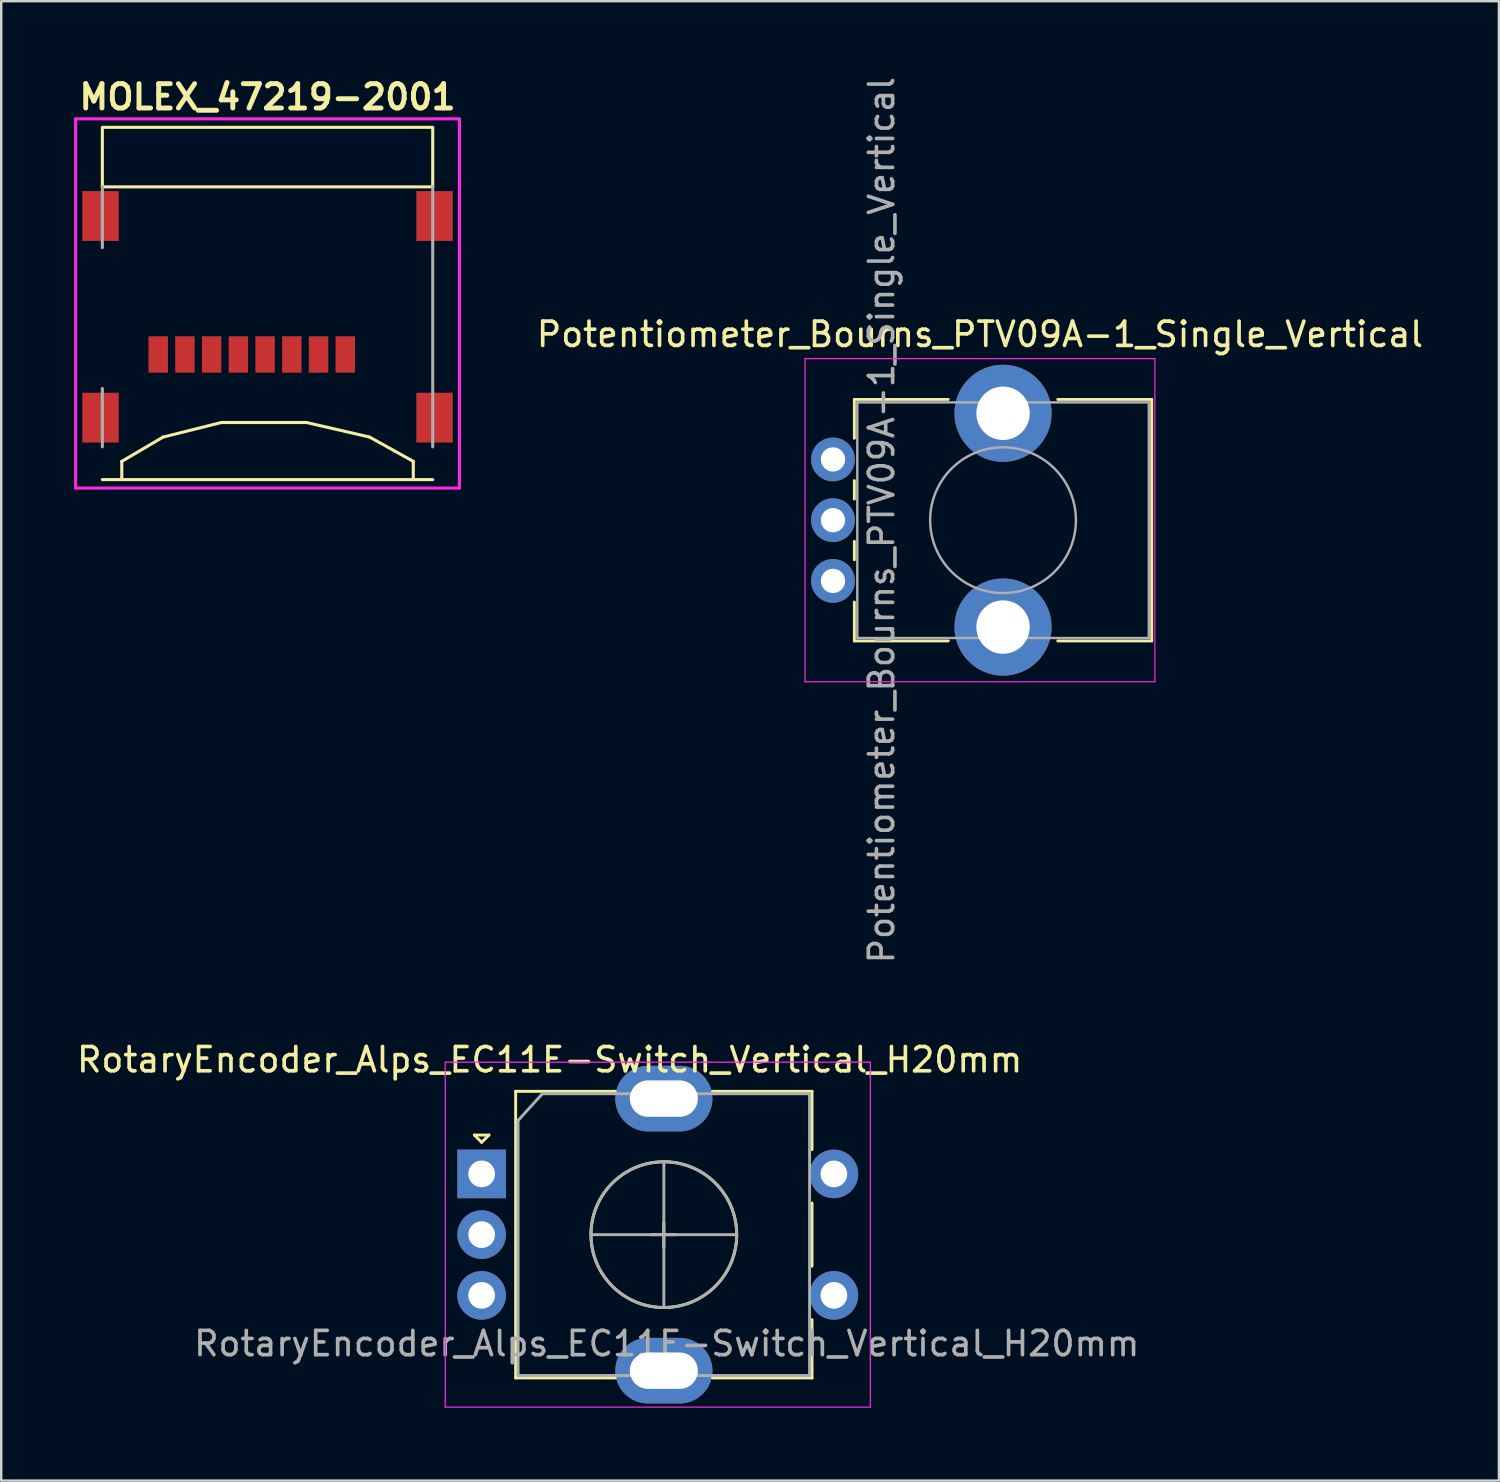
<source format=kicad_pcb>
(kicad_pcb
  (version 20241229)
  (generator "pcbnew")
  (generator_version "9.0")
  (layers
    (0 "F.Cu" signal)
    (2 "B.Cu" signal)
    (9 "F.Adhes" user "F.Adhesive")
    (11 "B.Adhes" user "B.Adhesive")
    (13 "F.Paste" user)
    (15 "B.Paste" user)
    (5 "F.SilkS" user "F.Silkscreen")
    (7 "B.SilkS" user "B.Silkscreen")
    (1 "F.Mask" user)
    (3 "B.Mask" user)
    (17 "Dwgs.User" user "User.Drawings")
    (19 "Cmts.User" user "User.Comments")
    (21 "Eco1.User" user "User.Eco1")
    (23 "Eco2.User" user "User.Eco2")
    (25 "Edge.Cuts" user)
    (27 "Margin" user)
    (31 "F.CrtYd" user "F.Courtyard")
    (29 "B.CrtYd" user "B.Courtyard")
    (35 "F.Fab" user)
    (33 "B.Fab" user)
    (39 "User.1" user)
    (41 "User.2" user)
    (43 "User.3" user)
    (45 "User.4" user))
  (footprint "MOLEX_47219-2001"
    (layer "F.Cu")
    (at 7.963 9.442)
    (property "Reference" "MOLEX_47219-2001" (at 0 -8.5 180) (layer "F.SilkS") (effects (font (size 1.001 1.001) (thickness 0.203))))
    (attr through_hole)
    (fp_line (start -6.8 -7.25) (end 6.8 -7.25) (stroke (width 0.127) (type solid)) (layer "F.SilkS"))
    (fp_line (start -6.8 -7.2) (end -6.8 -4.8) (stroke (width 0.127) (type solid)) (layer "F.SilkS"))
    (fp_line (start -6.8 -4.8) (end 6.8 -4.8) (stroke (width 0.127) (type solid)) (layer "F.SilkS"))
    (fp_line (start -6.8 7.25) (end 6.8 7.25) (stroke (width 0.127) (type solid)) (layer "F.SilkS"))
    (fp_line (start -6 6.5) (end -4.3 5.5) (stroke (width 0.127) (type solid)) (layer "F.SilkS"))
    (fp_line (start -6 7.2) (end -6 6.5) (stroke (width 0.127) (type solid)) (layer "F.SilkS"))
    (fp_line (start -4.3 5.5) (end -1.9 4.9) (stroke (width 0.127) (type solid)) (layer "F.SilkS"))
    (fp_line (start -1.9 4.9) (end 1.6 4.9) (stroke (width 0.127) (type solid)) (layer "F.SilkS"))
    (fp_line (start 1.6 4.9) (end 4.2 5.5) (stroke (width 0.127) (type solid)) (layer "F.SilkS"))
    (fp_line (start 4.2 5.5) (end 6 6.5) (stroke (width 0.127) (type solid)) (layer "F.SilkS"))
    (fp_line (start 6 7.2) (end 6 6.5) (stroke (width 0.127) (type solid)) (layer "F.SilkS"))
    (fp_line (start 6.8 -7.2) (end 6.8 -4.8) (stroke (width 0.127) (type solid)) (layer "F.SilkS"))
    (fp_line (start -7.9 -7.6) (end 7.9 -7.6) (stroke (width 0.127) (type solid)) (layer "F.CrtYd"))
    (fp_line (start -7.9 7.6) (end -7.9 -7.6) (stroke (width 0.127) (type solid)) (layer "F.CrtYd"))
    (fp_line (start 7.9 -7.6) (end 7.9 7.6) (stroke (width 0.127) (type solid)) (layer "F.CrtYd"))
    (fp_line (start 7.9 7.6) (end -7.9 7.6) (stroke (width 0.127) (type solid)) (layer "F.CrtYd"))
    (fp_line (start -6.8 -2.3) (end -6.8 -4.8) (stroke (width 0.127) (type solid)) (layer "F.Fab"))
    (fp_line (start -6.8 5.9) (end -6.8 3.5) (stroke (width 0.127) (type solid)) (layer "F.Fab"))
    (fp_line (start 6.8 -4.8) (end 6.8 5.9) (stroke (width 0.127) (type solid)) (layer "F.Fab"))
    (pad "1" smd rect (at 3.2 2.1) (size 0.8 1.5) (layers "F.Cu" "F.Mask" "F.Paste"))
    (pad "2" smd rect (at 2.1 2.1) (size 0.8 1.5) (layers "F.Cu" "F.Mask" "F.Paste"))
    (pad "3" smd rect (at 1 2.1) (size 0.8 1.5) (layers "F.Cu" "F.Mask" "F.Paste"))
    (pad "4" smd rect (at -0.1 2.1) (size 0.8 1.5) (layers "F.Cu" "F.Mask" "F.Paste"))
    (pad "5" smd rect (at -1.2 2.1) (size 0.8 1.5) (layers "F.Cu" "F.Mask" "F.Paste"))
    (pad "6" smd rect (at -2.3 2.1) (size 0.8 1.5) (layers "F.Cu" "F.Mask" "F.Paste"))
    (pad "7" smd rect (at -3.4 2.1) (size 0.8 1.5) (layers "F.Cu" "F.Mask" "F.Paste"))
    (pad "8" smd rect (at -4.5 2.1) (size 0.8 1.5) (layers "F.Cu" "F.Mask" "F.Paste"))
    (pad "9" smd rect (at -6.875 -3.6) (size 1.5 2.05) (layers "F.Cu" "F.Mask" "F.Paste"))
    (pad "9" smd rect (at -6.875 4.7) (size 1.5 2.05) (layers "F.Cu" "F.Mask" "F.Paste"))
    (pad "9" smd rect (at 6.875 -3.6) (size 1.5 2.05) (layers "F.Cu" "F.Mask" "F.Paste"))
    (pad "9" smd rect (at 6.875 4.7) (size 1.5 2.05) (layers "F.Cu" "F.Mask" "F.Paste")))
  (footprint "RotaryEncoder_Alps_EC11E-Switch_Vertical_H20mm"
    (layer "F.Cu")
    (at 24.277 47.774)
    (property "Reference" "RotaryEncoder_Alps_EC11E-Switch_Vertical_H20mm" (at -4.7 -7.2 0) (layer "F.SilkS") (effects (font (size 1 1) (thickness 0.15))))
    (attr through_hole)
    (fp_line (start -7.8 -4.1) (end -7.2 -4.1) (stroke (width 0.12) (type solid)) (layer "F.SilkS"))
    (fp_line (start -7.5 -3.8) (end -7.8 -4.1) (stroke (width 0.12) (type solid)) (layer "F.SilkS"))
    (fp_line (start -7.2 -4.1) (end -7.5 -3.8) (stroke (width 0.12) (type solid)) (layer "F.SilkS"))
    (fp_line (start -6.1 -5.9) (end -6.1 5.9) (stroke (width 0.12) (type solid)) (layer "F.SilkS"))
    (fp_line (start -2 -5.9) (end -6.1 -5.9) (stroke (width 0.12) (type solid)) (layer "F.SilkS"))
    (fp_line (start -2 5.9) (end -6.1 5.9) (stroke (width 0.12) (type solid)) (layer "F.SilkS"))
    (fp_line (start -0.5 0) (end 0.5 0) (stroke (width 0.12) (type solid)) (layer "F.SilkS"))
    (fp_line (start 0 -0.5) (end 0 0.5) (stroke (width 0.12) (type solid)) (layer "F.SilkS"))
    (fp_line (start 2 -5.9) (end 6.1 -5.9) (stroke (width 0.12) (type solid)) (layer "F.SilkS"))
    (fp_line (start 6.1 -5.9) (end 6.1 -3.5) (stroke (width 0.12) (type solid)) (layer "F.SilkS"))
    (fp_line (start 6.1 -1.3) (end 6.1 1.3) (stroke (width 0.12) (type solid)) (layer "F.SilkS"))
    (fp_line (start 6.1 3.5) (end 6.1 5.9) (stroke (width 0.12) (type solid)) (layer "F.SilkS"))
    (fp_line (start 6.1 5.9) (end 2 5.9) (stroke (width 0.12) (type solid)) (layer "F.SilkS"))
    (fp_circle (center 0 0) (end 3 0) (stroke (width 0.12) (type solid)) (fill no) (layer "F.SilkS"))
    (fp_line (start -9 -7.1) (end -9 7.1) (stroke (width 0.05) (type solid)) (layer "F.CrtYd"))
    (fp_line (start -9 -7.1) (end 8.5 -7.1) (stroke (width 0.05) (type solid)) (layer "F.CrtYd"))
    (fp_line (start 8.5 7.1) (end -9 7.1) (stroke (width 0.05) (type solid)) (layer "F.CrtYd"))
    (fp_line (start 8.5 7.1) (end 8.5 -7.1) (stroke (width 0.05) (type solid)) (layer "F.CrtYd"))
    (fp_line (start -6 -4.7) (end -5 -5.8) (stroke (width 0.12) (type solid)) (layer "F.Fab"))
    (fp_line (start -6 5.8) (end -6 -4.7) (stroke (width 0.12) (type solid)) (layer "F.Fab"))
    (fp_line (start -5 -5.8) (end 6 -5.8) (stroke (width 0.12) (type solid)) (layer "F.Fab"))
    (fp_line (start -3 0) (end 3 0) (stroke (width 0.12) (type solid)) (layer "F.Fab"))
    (fp_line (start 0 -3) (end 0 3) (stroke (width 0.12) (type solid)) (layer "F.Fab"))
    (fp_line (start 6 -5.8) (end 6 5.8) (stroke (width 0.12) (type solid)) (layer "F.Fab"))
    (fp_line (start 6 5.8) (end -6 5.8) (stroke (width 0.12) (type solid)) (layer "F.Fab"))
    (fp_circle (center 0 0) (end 3 0) (stroke (width 0.12) (type solid)) (fill no) (layer "F.Fab"))
    (fp_text user "${REFERENCE}" (at 0.12 4.485 0) (layer "F.Fab") (effects (font (size 1 1) (thickness 0.15))))
    (pad "A" thru_hole rect (at -7.5 -2.5) (size 2 2) (drill 1.1) (layers "*.Cu" "*.Mask"))
    (pad "B" thru_hole circle (at -7.5 2.5) (size 2 2) (drill 1.1) (layers "*.Cu" "*.Mask"))
    (pad "C" thru_hole circle (at -7.5 0) (size 2 2) (drill 1.1) (layers "*.Cu" "*.Mask"))
    (pad "MP" thru_hole oval (at 0 -5.6) (size 4 2.7) (drill oval 2.8 1.5) (layers "*.Cu" "*.Mask"))
    (pad "MP" thru_hole oval (at 0 5.6) (size 4 2.7) (drill oval 2.8 1.5) (layers "*.Cu" "*.Mask"))
    (pad "S1" thru_hole circle (at 7 2.5) (size 2 2) (drill 1.1) (layers "*.Cu" "*.Mask"))
    (pad "S2" thru_hole circle (at 7 -2.5) (size 2 2) (drill 1.1) (layers "*.Cu" "*.Mask")))
  (footprint "Potentiometer_Bourns_PTV09A-1_Single_Vertical"
    (layer "F.Cu")
    (at 38.24 18.363)
    (property "Reference" "Potentiometer_Bourns_PTV09A-1_Single_Vertical" (at -0.95 -7.65 0) (layer "F.SilkS") (effects (font (size 1 1) (thickness 0.15))))
    (attr through_hole)
    (fp_line (start -6.12 -4.97) (end -6.12 -3.371) (stroke (width 0.12) (type solid)) (layer "F.SilkS"))
    (fp_line (start -6.12 -4.97) (end -2.255 -4.97) (stroke (width 0.12) (type solid)) (layer "F.SilkS"))
    (fp_line (start -6.12 -1.629) (end -6.12 -0.87) (stroke (width 0.12) (type solid)) (layer "F.SilkS"))
    (fp_line (start -6.12 0.871) (end -6.12 1.63) (stroke (width 0.12) (type solid)) (layer "F.SilkS"))
    (fp_line (start -6.12 3.37) (end -6.12 4.97) (stroke (width 0.12) (type solid)) (layer "F.SilkS"))
    (fp_line (start -6.12 4.97) (end -2.255 4.97) (stroke (width 0.12) (type solid)) (layer "F.SilkS"))
    (fp_line (start 2.255 -4.97) (end 6.12 -4.97) (stroke (width 0.12) (type solid)) (layer "F.SilkS"))
    (fp_line (start 2.255 4.97) (end 6.12 4.97) (stroke (width 0.12) (type solid)) (layer "F.SilkS"))
    (fp_line (start 6.12 -4.97) (end 6.12 4.97) (stroke (width 0.12) (type solid)) (layer "F.SilkS"))
    (fp_line (start -8.15 -6.65) (end -8.15 6.65) (stroke (width 0.05) (type solid)) (layer "F.CrtYd"))
    (fp_line (start -8.15 6.65) (end 6.25 6.65) (stroke (width 0.05) (type solid)) (layer "F.CrtYd"))
    (fp_line (start 6.25 -6.65) (end -8.15 -6.65) (stroke (width 0.05) (type solid)) (layer "F.CrtYd"))
    (fp_line (start 6.25 6.65) (end 6.25 -6.65) (stroke (width 0.05) (type solid)) (layer "F.CrtYd"))
    (fp_line (start -6 -4.85) (end -6 4.85) (stroke (width 0.1) (type solid)) (layer "F.Fab"))
    (fp_line (start -6 4.85) (end 6 4.85) (stroke (width 0.1) (type solid)) (layer "F.Fab"))
    (fp_line (start 6 -4.85) (end -6 -4.85) (stroke (width 0.1) (type solid)) (layer "F.Fab"))
    (fp_line (start 6 4.85) (end 6 -4.85) (stroke (width 0.1) (type solid)) (layer "F.Fab"))
    (fp_circle (center 0 0) (end 3 0) (stroke (width 0.1) (type solid)) (fill no) (layer "F.Fab"))
    (fp_text user "${REFERENCE}" (at -5 0 90) (layer "F.Fab") (effects (font (size 1 1) (thickness 0.15))))
    (pad "1" thru_hole circle (at -7 -2.5) (size 1.8 1.8) (drill 1) (layers "*.Cu" "*.Mask"))
    (pad "2" thru_hole circle (at -7 0) (size 1.8 1.8) (drill 1) (layers "*.Cu" "*.Mask"))
    (pad "3" thru_hole circle (at -7 2.5) (size 1.8 1.8) (drill 1) (layers "*.Cu" "*.Mask"))
    (pad "MNT" thru_hole circle (at 0 -4.4) (size 4 4) (drill 2.2) (layers "*.Cu" "*.Mask"))
    (pad "MNT" thru_hole circle (at 0 4.4) (size 4 4) (drill 2.2) (layers "*.Cu" "*.Mask")))
  (gr_rect
    (start -3 -3)
    (end 58.653 57.899)
    (stroke (width 0.1) (type default))
    (fill no)
    (layer "Edge.Cuts")))
</source>
